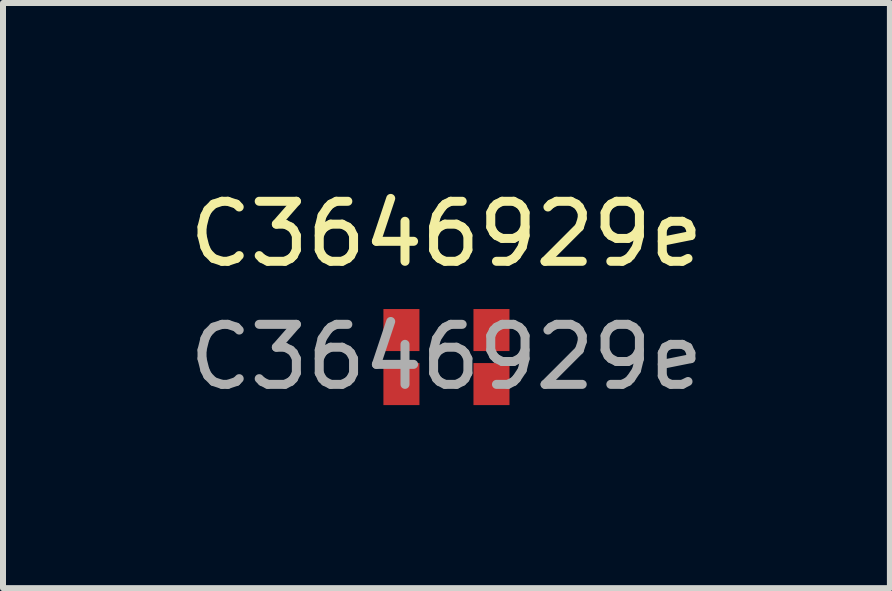
<source format=kicad_pcb>
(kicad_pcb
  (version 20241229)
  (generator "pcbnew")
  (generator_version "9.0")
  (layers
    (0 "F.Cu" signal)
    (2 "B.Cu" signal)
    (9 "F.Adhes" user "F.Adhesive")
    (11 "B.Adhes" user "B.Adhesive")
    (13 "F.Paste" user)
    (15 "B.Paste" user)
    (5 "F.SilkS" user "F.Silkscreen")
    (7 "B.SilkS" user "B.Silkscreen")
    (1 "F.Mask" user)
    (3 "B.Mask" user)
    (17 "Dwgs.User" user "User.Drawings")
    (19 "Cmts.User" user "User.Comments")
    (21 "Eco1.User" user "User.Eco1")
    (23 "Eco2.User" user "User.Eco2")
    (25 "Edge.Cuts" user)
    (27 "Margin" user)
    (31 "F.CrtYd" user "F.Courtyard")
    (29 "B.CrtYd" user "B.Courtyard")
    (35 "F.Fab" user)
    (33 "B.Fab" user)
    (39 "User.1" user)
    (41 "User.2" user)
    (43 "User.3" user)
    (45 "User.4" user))
  (footprint "C3646929e"
    (layer "F.Cu")
    (at 4.387 2.898)
    (property "Reference" "C3646929e" (at 0 -2.05 0) (layer "F.SilkS") (effects (font (size 1 1) (thickness 0.15))))
    (attr smd)
    (fp_text user "${REFERENCE}" (at 0 0 0) (layer "F.Fab") (effects (font (size 1 1) (thickness 0.15))))
    (pad "1" smd rect (at -0.75 -0.45) (size 0.6 0.7) (layers "F.Cu" "F.Mask" "F.Paste"))
    (pad "2" smd rect (at -0.75 0.45) (size 0.6 0.7) (layers "F.Cu" "F.Mask" "F.Paste"))
    (pad "3" smd rect (at 0.75 0.45) (size 0.6 0.7) (layers "F.Cu" "F.Mask" "F.Paste"))
    (pad "4" smd rect (at 0.75 -0.45) (size 0.6 0.7) (layers "F.Cu" "F.Mask" "F.Paste")))
  (gr_rect
    (start -3 -3)
    (end 11.774 6.747)
    (stroke (width 0.1) (type default))
    (fill no)
    (layer "Edge.Cuts")))
</source>
